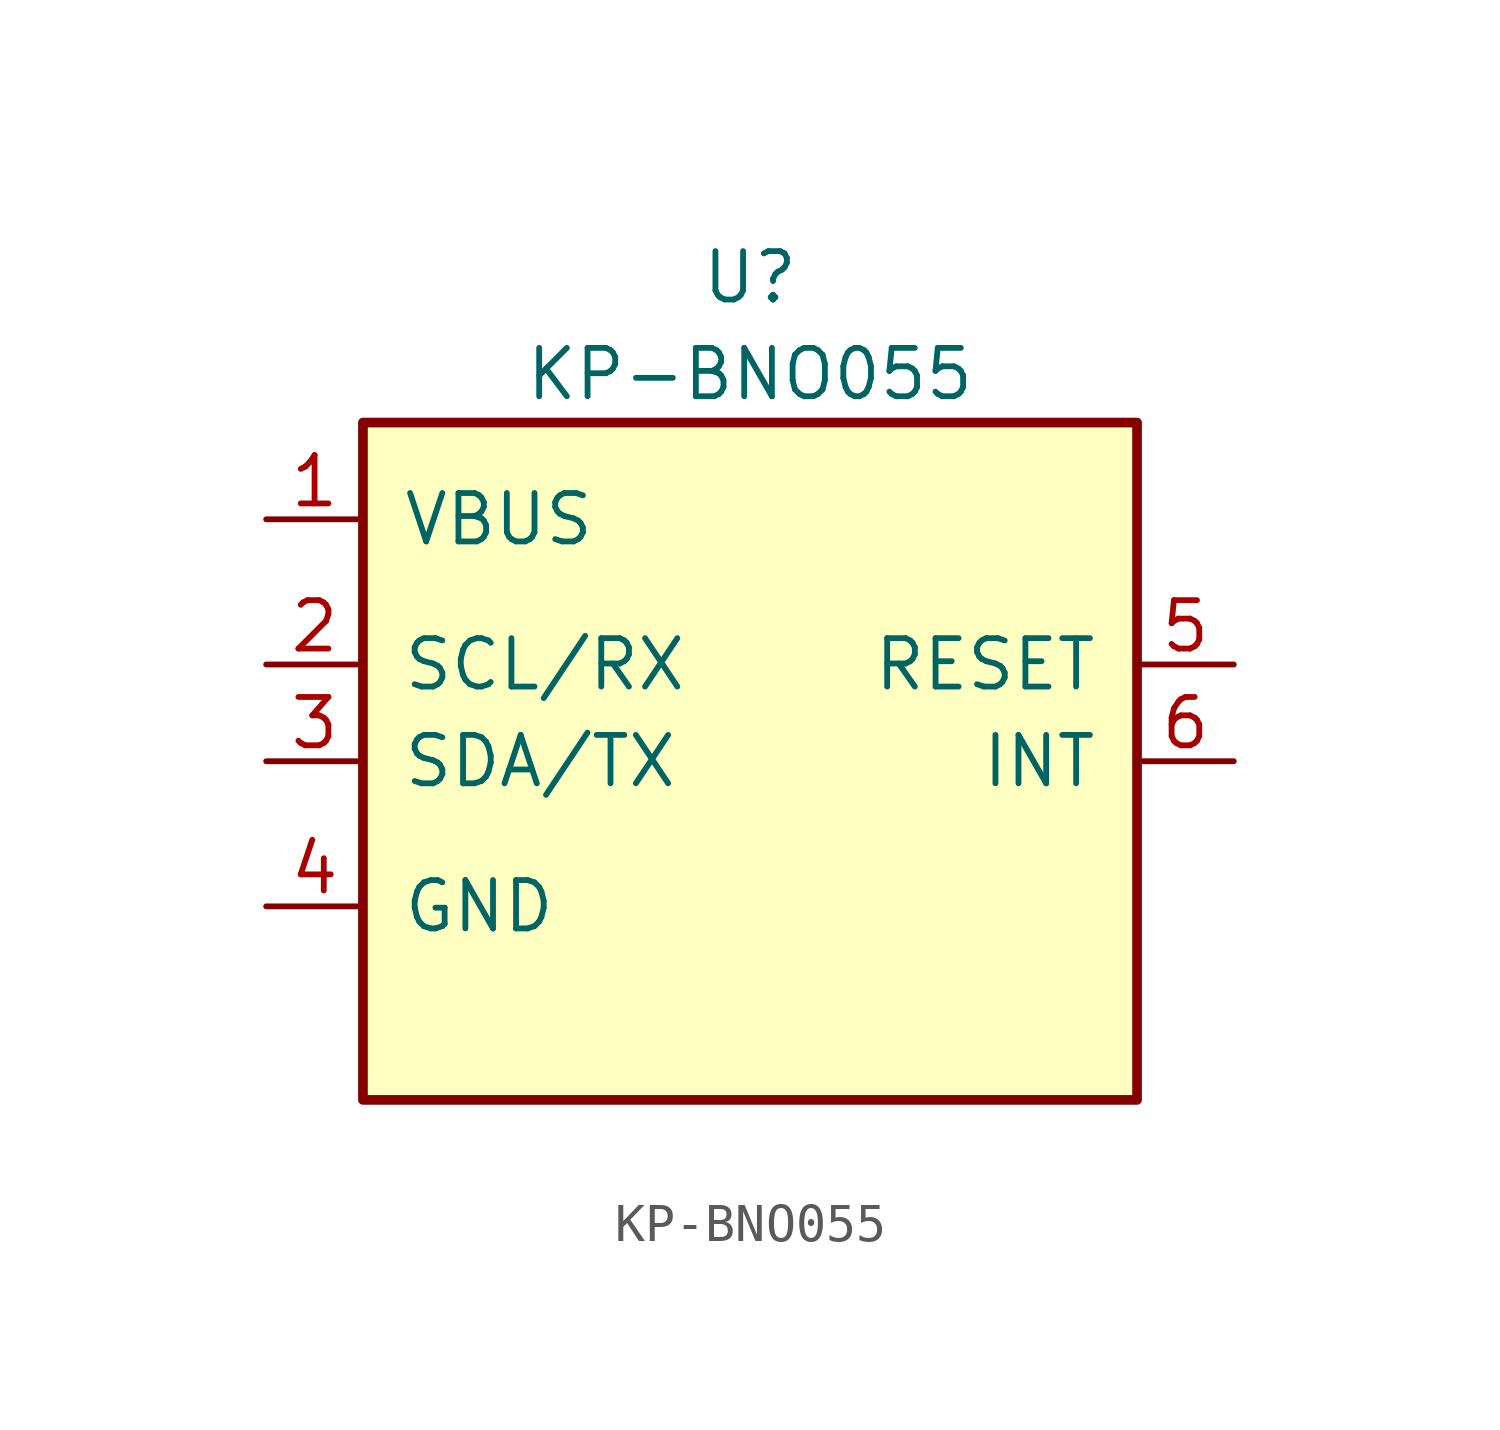
<source format=kicad_sym>
(kicad_symbol_lib
  (version 20231120)
  (generator "kicad_symbol_editor")
  (generator_version "9.0")
  (symbol "KP-BNO055"
    (pin_names
      (offset 1.016))
    (property "Reference" "U"
      (at 0 12.7 0)
      (effects (font (size 1.27 1.27))))
    (property "Value" "KP-BNO055"
      (at 0 10.16 0)
      (effects (font (size 1.27 1.27))))
    (symbol "KP-BNO055_0_1"
      (rectangle (start -10.16 8.89) (end 10.16 -8.89) (stroke (width 0.254) (type default)) (fill (type background))))
    (symbol "KP-BNO055_1_1"
      (pin power_in line (at -12.7 6.35 0) (length 2.54) (name "VBUS" (effects (font (size 1.27 1.27)))) (number "1" (effects (font (size 1.27 1.27)))))
      (pin bidirectional line (at -12.7 2.54 0) (length 2.54) (name "SCL/RX" (effects (font (size 1.27 1.27)))) (number "2" (effects (font (size 1.27 1.27)))))
      (pin bidirectional line (at -12.7 0 0) (length 2.54) (name "SDA/TX" (effects (font (size 1.27 1.27)))) (number "3" (effects (font (size 1.27 1.27)))))
      (pin power_in line (at -12.7 -3.81 0) (length 2.54) (name "GND" (effects (font (size 1.27 1.27)))) (number "4" (effects (font (size 1.27 1.27)))))
      (pin input line (at 12.7 2.54 180) (length 2.54) (name "RESET" (effects (font (size 1.27 1.27)))) (number "5" (effects (font (size 1.27 1.27)))))
      (pin output line (at 12.7 0 180) (length 2.54) (name "INT" (effects (font (size 1.27 1.27)))) (number "6" (effects (font (size 1.27 1.27))))))))
</source>
